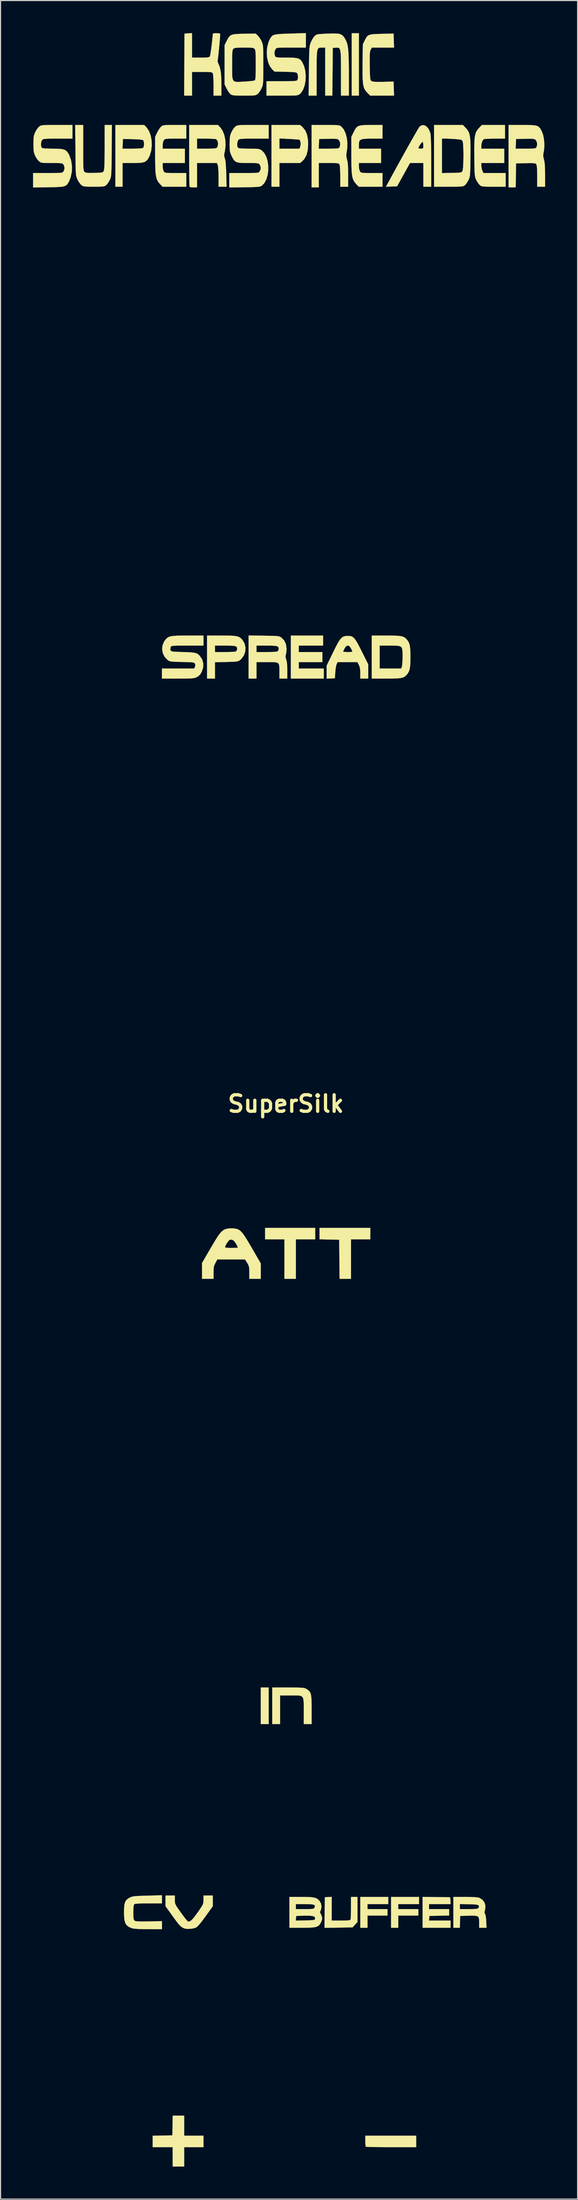
<source format=kicad_pcb>
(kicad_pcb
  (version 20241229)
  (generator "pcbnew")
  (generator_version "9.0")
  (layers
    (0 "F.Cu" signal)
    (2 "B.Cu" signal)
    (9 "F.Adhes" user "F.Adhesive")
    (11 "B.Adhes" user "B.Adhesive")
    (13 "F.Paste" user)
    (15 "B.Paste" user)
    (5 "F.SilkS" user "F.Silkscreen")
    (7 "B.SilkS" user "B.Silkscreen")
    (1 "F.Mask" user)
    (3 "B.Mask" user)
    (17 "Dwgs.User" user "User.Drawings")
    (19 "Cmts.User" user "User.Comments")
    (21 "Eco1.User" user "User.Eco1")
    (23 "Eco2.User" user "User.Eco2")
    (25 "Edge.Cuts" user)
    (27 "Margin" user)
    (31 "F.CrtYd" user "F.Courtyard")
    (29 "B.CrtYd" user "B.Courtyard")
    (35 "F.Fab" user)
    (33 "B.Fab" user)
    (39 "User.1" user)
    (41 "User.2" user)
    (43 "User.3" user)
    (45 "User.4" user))
  (footprint "SuperSilk"
    (layer "F.Cu")
    (at 23.354 98.77)
    (property "Reference" "SuperSilk" (at 0 0 0) (layer "F.SilkS") (effects (font (size 1.524 1.524) (thickness 0.3))))
    (attr through_hole)
    (fp_poly (pts (xy -1.587 57.216) (xy -2.315 57.216) (xy -2.315 53.843) (xy -1.587 53.843) (xy -1.587 57.216)) (stroke (width 0.01) (type solid)) (fill yes) (layer "F.SilkS"))
    (fp_poly (pts (xy 6.747 -93.001) (xy 6.085 -93.001) (xy 6.085 -98.756) (xy 6.747 -98.756) (xy 6.747 -93.001)) (stroke (width 0.01) (type solid)) (fill yes) (layer "F.SilkS"))
    (fp_poly (pts (xy 2.712 12.502) (xy 0.926 12.502) (xy 0.926 16.14) (xy -0.132 16.14) (xy -0.132 12.502) (xy -1.918 12.502) (xy -1.918 11.443) (xy 2.712 11.443) (xy 2.712 12.502)) (stroke (width 0.01) (type solid)) (fill yes) (layer "F.SilkS"))
    (fp_poly (pts (xy 7.805 12.502) (xy 6.019 12.502) (xy 6.019 16.14) (xy 4.963 16.14) (xy 4.945 14.337) (xy 4.928 12.535) (xy 3.109 12.498) (xy 3.109 11.443) (xy 7.805 11.443) (xy 7.805 12.502)) (stroke (width 0.01) (type solid)) (fill yes) (layer "F.SilkS"))
    (fp_poly (pts (xy 9.459 73.819) (xy 7.541 73.819) (xy 7.541 74.282) (xy 9.393 74.282) (xy 9.393 74.877) (xy 7.541 74.877) (xy 7.541 76.002) (xy 6.879 76.002) (xy 6.879 73.157) (xy 9.459 73.157) (xy 9.459 73.819)) (stroke (width 0.01) (type solid)) (fill yes) (layer "F.SilkS"))
    (fp_poly (pts (xy 12.303 73.819) (xy 10.385 73.819) (xy 10.385 74.282) (xy 12.237 74.282) (xy 12.237 74.877) (xy 10.385 74.877) (xy 10.385 76.002) (xy 9.723 76.002) (xy 9.723 73.157) (xy 12.303 73.157) (xy 12.303 73.819)) (stroke (width 0.01) (type solid)) (fill yes) (layer "F.SilkS"))
    (fp_poly (pts (xy 3.44 -42.267) (xy 1.191 -42.267) (xy 1.191 -41.672) (xy 3.373 -41.672) (xy 3.373 -40.746) (xy 1.191 -40.746) (xy 1.191 -40.151) (xy 3.506 -40.151) (xy 3.506 -39.224) (xy 0.463 -39.224) (xy 0.463 -43.193) (xy 3.44 -43.193) (xy 3.44 -42.267)) (stroke (width 0.01) (type solid)) (fill yes) (layer "F.SilkS"))
    (fp_poly (pts (xy -9.393 95.184) (xy -7.607 95.184) (xy -7.607 96.242) (xy -9.393 96.242) (xy -9.393 98.028) (xy -10.451 98.028) (xy -10.451 96.242) (xy -12.303 96.242) (xy -12.303 95.188) (xy -10.484 95.151) (xy -10.466 94.241) (xy -10.447 93.332) (xy -9.393 93.332) (xy -9.393 95.184)) (stroke (width 0.01) (type solid)) (fill yes) (layer "F.SilkS"))
    (fp_poly (pts (xy 12.039 96.242) (xy 9.734 96.242) (xy 9.195 96.241) (xy 8.698 96.237) (xy 8.258 96.232) (xy 7.892 96.225) (xy 7.614 96.216) (xy 7.441 96.207) (xy 7.386 96.198) (xy 7.365 96.115) (xy 7.349 95.936) (xy 7.342 95.698) (xy 7.342 95.669) (xy 7.342 95.184) (xy 12.039 95.184) (xy 12.039 96.242)) (stroke (width 0.01) (type solid)) (fill yes) (layer "F.SilkS"))
    (fp_poly (pts (xy 13.907 73.172) (xy 15.18 73.19) (xy 15.221 73.819) (xy 13.229 73.819) (xy 13.229 74.282) (xy 15.081 74.282) (xy 15.081 74.873) (xy 14.172 74.892) (xy 13.262 74.91) (xy 13.242 75.125) (xy 13.221 75.34) (xy 15.214 75.34) (xy 15.214 76.002) (xy 12.634 76.002) (xy 12.634 73.154) (xy 13.907 73.172)) (stroke (width 0.01) (type solid)) (fill yes) (layer "F.SilkS"))
    (fp_poly (pts (xy 4.233 75.34) (xy 5.086 75.34) (xy 5.445 75.338) (xy 5.692 75.329) (xy 5.849 75.312) (xy 5.937 75.283) (xy 5.977 75.241) (xy 5.979 75.235) (xy 5.993 75.135) (xy 6.005 74.928) (xy 6.014 74.642) (xy 6.019 74.302) (xy 6.019 74.144) (xy 6.019 73.157) (xy 6.615 73.157) (xy 6.615 75.474) (xy 6.388 75.721) (xy 6.162 75.968) (xy 4.866 75.989) (xy 3.569 76.009) (xy 3.587 74.6) (xy 3.605 73.19) (xy 3.919 73.17) (xy 4.233 73.15) (xy 4.233 75.34)) (stroke (width 0.01) (type solid)) (fill yes) (layer "F.SilkS"))
    (fp_poly (pts (xy 1.549 -90.087) (xy 1.797 -89.783) (xy 1.964 -89.377) (xy 2.049 -88.868) (xy 2.062 -88.536) (xy 2.022 -87.969) (xy 1.901 -87.505) (xy 1.698 -87.144) (xy 1.549 -86.986) (xy 1.318 -86.783) (xy -0.595 -86.783) (xy -0.595 -84.601) (xy -1.323 -84.601) (xy -1.323 -88.106) (xy -0.595 -88.106) (xy 1.26 -88.106) (xy 1.329 -88.287) (xy 1.362 -88.458) (xy 1.359 -88.658) (xy 1.325 -88.833) (xy 1.268 -88.926) (xy 1.186 -88.941) (xy 0.999 -88.959) (xy 0.73 -88.98) (xy 0.407 -88.999) (xy 0.311 -89.005) (xy -0.595 -89.052) (xy -0.595 -88.106) (xy -1.323 -88.106) (xy -1.323 -90.289) (xy 1.318 -90.289) (xy 1.549 -90.087)) (stroke (width 0.01) (type solid)) (fill yes) (layer "F.SilkS"))
    (fp_poly (pts (xy 0.215 53.843) (xy 0.698 53.844) (xy 1.068 53.847) (xy 1.343 53.855) (xy 1.542 53.868) (xy 1.684 53.888) (xy 1.786 53.917) (xy 1.869 53.955) (xy 1.902 53.975) (xy 2.053 54.075) (xy 2.168 54.18) (xy 2.253 54.309) (xy 2.312 54.481) (xy 2.349 54.713) (xy 2.37 55.025) (xy 2.379 55.435) (xy 2.381 55.877) (xy 2.381 57.216) (xy 1.654 57.216) (xy 1.654 56.04) (xy 1.655 55.563) (xy 1.649 55.201) (xy 1.624 54.94) (xy 1.566 54.762) (xy 1.462 54.653) (xy 1.3 54.594) (xy 1.065 54.572) (xy 0.746 54.569) (xy 0.459 54.57) (xy -0.529 54.57) (xy -0.529 57.216) (xy -1.257 57.216) (xy -1.257 53.843) (xy 0.215 53.843)) (stroke (width 0.01) (type solid)) (fill yes) (layer "F.SilkS"))
    (fp_poly (pts (xy -12.864 -90.061) (xy -12.644 -89.74) (xy -12.489 -89.335) (xy -12.402 -88.875) (xy -12.385 -88.392) (xy -12.44 -87.917) (xy -12.568 -87.481) (xy -12.675 -87.263) (xy -12.787 -87.09) (xy -12.908 -86.964) (xy -13.06 -86.877) (xy -13.266 -86.824) (xy -13.547 -86.795) (xy -13.928 -86.784) (xy -14.152 -86.783) (xy -15.081 -86.783) (xy -15.081 -84.601) (xy -15.743 -84.601) (xy -15.743 -88.106) (xy -15.087 -88.106) (xy -14.171 -88.106) (xy -13.736 -88.112) (xy -13.427 -88.128) (xy -13.239 -88.157) (xy -13.176 -88.186) (xy -13.12 -88.311) (xy -13.099 -88.503) (xy -13.112 -88.704) (xy -13.158 -88.856) (xy -13.186 -88.892) (xy -13.289 -88.924) (xy -13.505 -88.951) (xy -13.814 -88.971) (xy -14.162 -88.982) (xy -15.048 -88.999) (xy -15.068 -88.553) (xy -15.087 -88.106) (xy -15.743 -88.106) (xy -15.743 -90.289) (xy -13.079 -90.289) (xy -12.864 -90.061)) (stroke (width 0.01) (type solid)) (fill yes) (layer "F.SilkS"))
    (fp_poly (pts (xy -5.441 -43.191) (xy -5.044 -43.181) (xy -4.741 -43.16) (xy -4.514 -43.124) (xy -4.343 -43.07) (xy -4.209 -42.992) (xy -4.094 -42.889) (xy -4.017 -42.802) (xy -3.816 -42.468) (xy -3.727 -42.097) (xy -3.749 -41.719) (xy -3.877 -41.359) (xy -4.107 -41.045) (xy -4.254 -40.917) (xy -4.337 -40.864) (xy -4.436 -40.826) (xy -4.574 -40.799) (xy -4.774 -40.781) (xy -5.058 -40.768) (xy -5.449 -40.759) (xy -5.495 -40.758) (xy -6.548 -40.737) (xy -6.548 -39.224) (xy -7.276 -39.224) (xy -7.276 -42.267) (xy -6.548 -42.267) (xy -6.548 -41.672) (xy -5.603 -41.672) (xy -5.162 -41.677) (xy -4.847 -41.693) (xy -4.652 -41.72) (xy -4.577 -41.751) (xy -4.511 -41.88) (xy -4.498 -41.97) (xy -4.509 -42.079) (xy -4.556 -42.159) (xy -4.656 -42.212) (xy -4.827 -42.245) (xy -5.089 -42.261) (xy -5.458 -42.267) (xy -5.603 -42.267) (xy -6.548 -42.267) (xy -7.276 -42.267) (xy -7.276 -43.193) (xy -5.951 -43.193) (xy -5.441 -43.191)) (stroke (width 0.01) (type solid)) (fill yes) (layer "F.SilkS"))
    (fp_poly (pts (xy 9.993 -97.433) (xy 7.941 -97.433) (xy 7.836 -97.23) (xy 7.799 -97.138) (xy 7.773 -97.014) (xy 7.756 -96.838) (xy 7.747 -96.591) (xy 7.746 -96.254) (xy 7.751 -95.807) (xy 7.752 -95.736) (xy 7.76 -95.29) (xy 7.769 -94.958) (xy 7.781 -94.721) (xy 7.798 -94.56) (xy 7.822 -94.457) (xy 7.855 -94.394) (xy 7.9 -94.351) (xy 7.904 -94.348) (xy 7.986 -94.308) (xy 8.117 -94.283) (xy 8.318 -94.269) (xy 8.61 -94.265) (xy 8.996 -94.271) (xy 9.955 -94.291) (xy 9.993 -93.001) (xy 7.79 -93.001) (xy 7.539 -93.252) (xy 7.409 -93.393) (xy 7.305 -93.54) (xy 7.225 -93.708) (xy 7.166 -93.913) (xy 7.125 -94.173) (xy 7.1 -94.502) (xy 7.087 -94.917) (xy 7.085 -95.433) (xy 7.09 -95.992) (xy 7.111 -97.73) (xy 7.294 -98.104) (xy 7.394 -98.298) (xy 7.489 -98.442) (xy 7.602 -98.544) (xy 7.752 -98.612) (xy 7.962 -98.654) (xy 8.252 -98.678) (xy 8.643 -98.692) (xy 8.865 -98.698) (xy 9.955 -98.723) (xy 9.993 -97.433)) (stroke (width 0.01) (type solid)) (fill yes) (layer "F.SilkS"))
    (fp_poly (pts (xy 8.93 -89.032) (xy 7.971 -89.032) (xy 7.54 -89.028) (xy 7.224 -89.011) (xy 7.005 -88.972) (xy 6.865 -88.902) (xy 6.787 -88.794) (xy 6.754 -88.637) (xy 6.747 -88.437) (xy 6.747 -88.106) (xy 8.797 -88.106) (xy 8.797 -86.783) (xy 6.747 -86.783) (xy 6.747 -86.467) (xy 6.769 -86.235) (xy 6.827 -86.045) (xy 6.85 -86.004) (xy 6.896 -85.948) (xy 6.956 -85.908) (xy 7.053 -85.882) (xy 7.207 -85.867) (xy 7.442 -85.859) (xy 7.778 -85.857) (xy 7.941 -85.857) (xy 8.93 -85.857) (xy 8.93 -84.601) (xy 6.729 -84.601) (xy 6.512 -84.831) (xy 6.384 -84.978) (xy 6.282 -85.13) (xy 6.202 -85.303) (xy 6.144 -85.513) (xy 6.102 -85.777) (xy 6.075 -86.112) (xy 6.06 -86.535) (xy 6.053 -87.063) (xy 6.052 -87.479) (xy 6.052 -89.201) (xy 6.272 -89.646) (xy 6.386 -89.866) (xy 6.494 -90.029) (xy 6.619 -90.144) (xy 6.782 -90.219) (xy 7.004 -90.262) (xy 7.306 -90.283) (xy 7.711 -90.289) (xy 7.901 -90.289) (xy 8.93 -90.289) (xy 8.93 -89.032)) (stroke (width 0.01) (type solid)) (fill yes) (layer "F.SilkS"))
    (fp_poly (pts (xy -11.443 73.753) (xy -12.687 73.753) (xy -13.181 73.756) (xy -13.551 73.766) (xy -13.808 73.783) (xy -13.96 73.808) (xy -14.01 73.832) (xy -14.052 73.946) (xy -14.078 74.182) (xy -14.089 74.532) (xy -14.089 74.585) (xy -14.085 74.906) (xy -14.071 75.121) (xy -14.042 75.255) (xy -13.996 75.334) (xy -13.979 75.349) (xy -13.911 75.382) (xy -13.788 75.405) (xy -13.594 75.418) (xy -13.31 75.423) (xy -12.921 75.421) (xy -12.657 75.416) (xy -11.443 75.394) (xy -11.443 76.134) (xy -12.717 76.131) (xy -13.248 76.126) (xy -13.659 76.113) (xy -13.962 76.091) (xy -14.168 76.059) (xy -14.242 76.038) (xy -14.502 75.924) (xy -14.692 75.78) (xy -14.821 75.587) (xy -14.901 75.322) (xy -14.94 74.966) (xy -14.949 74.566) (xy -14.939 74.147) (xy -14.906 73.835) (xy -14.838 73.607) (xy -14.726 73.438) (xy -14.561 73.304) (xy -14.411 73.219) (xy -14.304 73.17) (xy -14.185 73.132) (xy -14.035 73.104) (xy -13.832 73.083) (xy -13.556 73.067) (xy -13.186 73.053) (xy -12.788 73.041) (xy -11.443 73.005) (xy -11.443 73.753)) (stroke (width 0.01) (type solid)) (fill yes) (layer "F.SilkS"))
    (fp_poly (pts (xy -10.253 73.427) (xy -10.25 73.587) (xy -10.236 73.717) (xy -10.197 73.842) (xy -10.123 73.986) (xy -10.001 74.175) (xy -9.82 74.432) (xy -9.692 74.61) (xy -9.487 74.89) (xy -9.303 75.131) (xy -9.157 75.311) (xy -9.065 75.41) (xy -9.047 75.423) (xy -8.935 75.435) (xy -8.81 75.381) (xy -8.659 75.249) (xy -8.469 75.028) (xy -8.23 74.708) (xy -8.145 74.588) (xy -7.932 74.284) (xy -7.785 74.064) (xy -7.69 73.899) (xy -7.637 73.767) (xy -7.613 73.639) (xy -7.607 73.493) (xy -7.607 73.425) (xy -7.607 73.025) (xy -6.747 73.025) (xy -6.747 74.015) (xy -7.413 74.943) (xy -7.694 75.323) (xy -7.935 75.628) (xy -8.129 75.846) (xy -8.263 75.965) (xy -8.28 75.975) (xy -8.509 76.053) (xy -8.799 76.1) (xy -9.091 76.11) (xy -9.324 76.077) (xy -9.33 76.075) (xy -9.479 76.019) (xy -9.611 75.946) (xy -9.742 75.84) (xy -9.889 75.683) (xy -10.067 75.46) (xy -10.295 75.153) (xy -10.447 74.942) (xy -11.113 74.015) (xy -11.113 73.025) (xy -10.253 73.025) (xy -10.253 73.427)) (stroke (width 0.01) (type solid)) (fill yes) (layer "F.SilkS"))
    (fp_poly (pts (xy 9.773 -43.191) (xy 10.17 -43.181) (xy 10.472 -43.16) (xy 10.7 -43.124) (xy 10.871 -43.07) (xy 11.004 -42.993) (xy 11.12 -42.889) (xy 11.196 -42.803) (xy 11.313 -42.64) (xy 11.398 -42.456) (xy 11.456 -42.227) (xy 11.49 -41.929) (xy 11.506 -41.54) (xy 11.509 -41.209) (xy 11.503 -40.743) (xy 11.481 -40.385) (xy 11.44 -40.112) (xy 11.374 -39.9) (xy 11.28 -39.725) (xy 11.196 -39.614) (xy 11.082 -39.491) (xy 10.963 -39.397) (xy 10.818 -39.327) (xy 10.631 -39.279) (xy 10.38 -39.249) (xy 10.048 -39.232) (xy 9.615 -39.225) (xy 9.263 -39.224) (xy 7.937 -39.224) (xy 7.937 -42.267) (xy 8.665 -42.267) (xy 8.665 -40.151) (xy 10.653 -40.151) (xy 10.717 -40.32) (xy 10.744 -40.454) (xy 10.765 -40.686) (xy 10.778 -40.979) (xy 10.782 -41.232) (xy 10.781 -41.603) (xy 10.765 -41.874) (xy 10.717 -42.059) (xy 10.618 -42.174) (xy 10.451 -42.237) (xy 10.196 -42.262) (xy 9.836 -42.267) (xy 9.62 -42.267) (xy 8.665 -42.267) (xy 7.937 -42.267) (xy 7.937 -43.193) (xy 9.263 -43.193) (xy 9.773 -43.191)) (stroke (width 0.01) (type solid)) (fill yes) (layer "F.SilkS"))
    (fp_poly (pts (xy 12.952 -90.187) (xy 13.137 -90.003) (xy 13.283 -89.736) (xy 13.355 -89.497) (xy 13.376 -89.328) (xy 13.394 -89.037) (xy 13.408 -88.636) (xy 13.419 -88.134) (xy 13.425 -87.544) (xy 13.428 -86.879) (xy 13.428 -84.601) (xy 12.7 -84.601) (xy 12.7 -86.783) (xy 11.469 -86.783) (xy 10.274 -84.634) (xy 9.761 -84.614) (xy 9.247 -84.595) (xy 9.437 -84.945) (xy 9.768 -85.553) (xy 10.105 -86.167) (xy 10.441 -86.777) (xy 10.769 -87.37) (xy 11.084 -87.935) (xy 11.205 -88.15) (xy 12.237 -88.15) (xy 12.295 -88.121) (xy 12.438 -88.107) (xy 12.468 -88.106) (xy 12.611 -88.113) (xy 12.679 -88.157) (xy 12.699 -88.274) (xy 12.7 -88.4) (xy 12.687 -88.586) (xy 12.655 -88.711) (xy 12.638 -88.732) (xy 12.579 -88.7) (xy 12.484 -88.589) (xy 12.378 -88.439) (xy 12.288 -88.286) (xy 12.239 -88.17) (xy 12.237 -88.15) (xy 11.205 -88.15) (xy 11.379 -88.46) (xy 11.647 -88.935) (xy 11.881 -89.346) (xy 12.076 -89.684) (xy 12.224 -89.935) (xy 12.32 -90.089) (xy 12.35 -90.13) (xy 12.541 -90.261) (xy 12.747 -90.277) (xy 12.952 -90.187)) (stroke (width 0.01) (type solid)) (fill yes) (layer "F.SilkS"))
    (fp_poly (pts (xy 16.954 73.162) (xy 17.304 73.173) (xy 17.588 73.191) (xy 17.78 73.214) (xy 17.839 73.228) (xy 18.14 73.404) (xy 18.342 73.658) (xy 18.434 73.967) (xy 18.406 74.314) (xy 18.393 74.359) (xy 18.349 74.55) (xy 18.363 74.669) (xy 18.397 74.722) (xy 18.44 74.835) (xy 18.477 75.046) (xy 18.504 75.322) (xy 18.509 75.412) (xy 18.537 76.002) (xy 17.859 76.002) (xy 17.859 75.508) (xy 17.855 75.263) (xy 17.827 75.091) (xy 17.758 74.979) (xy 17.627 74.916) (xy 17.415 74.889) (xy 17.103 74.886) (xy 16.851 74.891) (xy 16.107 74.91) (xy 16.087 75.456) (xy 16.068 76.002) (xy 15.478 76.002) (xy 15.478 74.282) (xy 16.073 74.282) (xy 16.892 74.282) (xy 17.25 74.279) (xy 17.499 74.268) (xy 17.66 74.247) (xy 17.755 74.213) (xy 17.798 74.177) (xy 17.849 74.05) (xy 17.815 73.962) (xy 17.765 73.915) (xy 17.67 73.881) (xy 17.508 73.858) (xy 17.256 73.843) (xy 16.91 73.833) (xy 16.073 73.815) (xy 16.073 74.282) (xy 15.478 74.282) (xy 15.478 73.157) (xy 16.565 73.157) (xy 16.954 73.162)) (stroke (width 0.01) (type solid)) (fill yes) (layer "F.SilkS"))
    (fp_poly (pts (xy 20.241 -89.032) (xy 19.298 -89.031) (xy 18.954 -89.028) (xy 18.656 -89.018) (xy 18.43 -89.005) (xy 18.3 -88.988) (xy 18.283 -88.982) (xy 18.154 -88.826) (xy 18.076 -88.581) (xy 18.058 -88.375) (xy 18.058 -88.106) (xy 20.174 -88.106) (xy 20.174 -86.783) (xy 18.058 -86.783) (xy 18.058 -86.515) (xy 18.084 -86.286) (xy 18.148 -86.076) (xy 18.159 -86.052) (xy 18.26 -85.857) (xy 20.307 -85.857) (xy 20.307 -84.601) (xy 19.192 -84.601) (xy 18.784 -84.601) (xy 18.486 -84.605) (xy 18.277 -84.614) (xy 18.135 -84.633) (xy 18.039 -84.662) (xy 17.967 -84.706) (xy 17.898 -84.766) (xy 17.762 -84.928) (xy 17.625 -85.146) (xy 17.574 -85.246) (xy 17.53 -85.349) (xy 17.496 -85.455) (xy 17.469 -85.583) (xy 17.45 -85.75) (xy 17.436 -85.974) (xy 17.425 -86.272) (xy 17.417 -86.663) (xy 17.41 -87.165) (xy 17.409 -87.303) (xy 17.404 -87.918) (xy 17.407 -88.418) (xy 17.421 -88.819) (xy 17.449 -89.137) (xy 17.493 -89.388) (xy 17.555 -89.59) (xy 17.64 -89.758) (xy 17.749 -89.909) (xy 17.861 -90.035) (xy 18.103 -90.289) (xy 20.241 -90.289) (xy 20.241 -89.032)) (stroke (width 0.01) (type solid)) (fill yes) (layer "F.SilkS"))
    (fp_poly (pts (xy -9.194 -89.032) (xy -10.183 -89.032) (xy -10.565 -89.031) (xy -10.836 -89.027) (xy -11.019 -89.015) (xy -11.136 -88.993) (xy -11.207 -88.959) (xy -11.256 -88.91) (xy -11.274 -88.885) (xy -11.339 -88.723) (xy -11.375 -88.497) (xy -11.377 -88.422) (xy -11.377 -88.106) (xy -9.327 -88.106) (xy -9.327 -86.783) (xy -11.377 -86.783) (xy -11.377 -86.467) (xy -11.355 -86.235) (xy -11.297 -86.045) (xy -11.274 -86.004) (xy -11.228 -85.948) (xy -11.168 -85.908) (xy -11.071 -85.882) (xy -10.917 -85.867) (xy -10.682 -85.859) (xy -10.346 -85.857) (xy -10.183 -85.857) (xy -9.194 -85.857) (xy -9.194 -84.601) (xy -11.395 -84.601) (xy -11.612 -84.831) (xy -11.74 -84.978) (xy -11.842 -85.13) (xy -11.922 -85.303) (xy -11.98 -85.513) (xy -12.022 -85.778) (xy -12.049 -86.113) (xy -12.064 -86.536) (xy -12.071 -87.064) (xy -12.072 -87.478) (xy -12.072 -89.198) (xy -11.894 -89.578) (xy -11.768 -89.811) (xy -11.628 -90.018) (xy -11.537 -90.123) (xy -11.466 -90.185) (xy -11.393 -90.229) (xy -11.295 -90.258) (xy -11.15 -90.276) (xy -10.937 -90.285) (xy -10.632 -90.289) (xy -10.276 -90.289) (xy -9.194 -90.289) (xy -9.194 -89.032)) (stroke (width 0.01) (type solid)) (fill yes) (layer "F.SilkS"))
    (fp_poly (pts (xy 5.907 -43.152) (xy 6.061 -43.12) (xy 6.198 -43.05) (xy 6.33 -42.928) (xy 6.47 -42.739) (xy 6.629 -42.47) (xy 6.822 -42.106) (xy 7.014 -41.726) (xy 7.607 -40.541) (xy 7.607 -39.224) (xy 6.879 -39.224) (xy 6.879 -39.723) (xy 6.865 -40.058) (xy 6.817 -40.308) (xy 6.746 -40.484) (xy 6.612 -40.746) (xy 4.784 -40.746) (xy 4.693 -40.564) (xy 4.646 -40.413) (xy 4.603 -40.175) (xy 4.572 -39.895) (xy 4.566 -39.82) (xy 4.531 -39.258) (xy 4.151 -39.238) (xy 3.77 -39.218) (xy 3.77 -40.422) (xy 4.36 -41.634) (xy 4.396 -41.708) (xy 5.292 -41.708) (xy 5.352 -41.689) (xy 5.51 -41.677) (xy 5.722 -41.672) (xy 5.941 -41.677) (xy 6.095 -41.69) (xy 6.152 -41.708) (xy 6.124 -41.783) (xy 6.055 -41.932) (xy 6.018 -42.005) (xy 5.905 -42.183) (xy 5.789 -42.259) (xy 5.722 -42.267) (xy 5.593 -42.232) (xy 5.482 -42.107) (xy 5.425 -42.005) (xy 5.344 -41.839) (xy 5.297 -41.728) (xy 5.292 -41.708) (xy 4.396 -41.708) (xy 4.592 -42.104) (xy 4.784 -42.468) (xy 4.946 -42.738) (xy 5.092 -42.928) (xy 5.233 -43.051) (xy 5.381 -43.122) (xy 5.549 -43.153) (xy 5.722 -43.16) (xy 5.907 -43.152)) (stroke (width 0.01) (type solid)) (fill yes) (layer "F.SilkS"))
    (fp_poly (pts (xy -2.034 -43.18) (xy -1.567 -43.173) (xy -1.212 -43.165) (xy -0.952 -43.154) (xy -0.766 -43.138) (xy -0.635 -43.115) (xy -0.54 -43.083) (xy -0.462 -43.04) (xy -0.412 -43.006) (xy -0.155 -42.744) (xy 0.007 -42.4) (xy 0.066 -41.994) (xy 0.066 -41.976) (xy 0.053 -41.734) (xy 0.021 -41.518) (xy -0.003 -41.433) (xy -0.036 -41.259) (xy 0.007 -41.06) (xy 0.03 -40.998) (xy 0.086 -40.79) (xy 0.119 -40.489) (xy 0.132 -40.077) (xy 0.132 -39.984) (xy 0.132 -39.224) (xy -0.595 -39.224) (xy -0.595 -39.857) (xy -0.596 -40.181) (xy -0.609 -40.414) (xy -0.653 -40.573) (xy -0.747 -40.671) (xy -0.909 -40.723) (xy -1.157 -40.743) (xy -1.511 -40.746) (xy -1.722 -40.746) (xy -2.712 -40.746) (xy -2.712 -39.224) (xy -3.44 -39.224) (xy -3.44 -42.267) (xy -2.712 -42.267) (xy -2.712 -41.672) (xy -1.766 -41.672) (xy -1.325 -41.677) (xy -1.01 -41.693) (xy -0.816 -41.72) (xy -0.741 -41.751) (xy -0.675 -41.88) (xy -0.661 -41.97) (xy -0.673 -42.079) (xy -0.719 -42.159) (xy -0.819 -42.212) (xy -0.991 -42.245) (xy -1.252 -42.261) (xy -1.622 -42.267) (xy -1.766 -42.267) (xy -2.712 -42.267) (xy -3.44 -42.267) (xy -3.44 -43.201) (xy -2.034 -43.18)) (stroke (width 0.01) (type solid)) (fill yes) (layer "F.SilkS"))
    (fp_poly (pts (xy -6.051 -90.061) (xy -5.838 -89.751) (xy -5.683 -89.353) (xy -5.591 -88.897) (xy -5.568 -88.416) (xy -5.621 -87.944) (xy -5.637 -87.87) (xy -5.687 -87.628) (xy -5.697 -87.458) (xy -5.668 -87.306) (xy -5.634 -87.208) (xy -5.589 -87.022) (xy -5.553 -86.725) (xy -5.526 -86.309) (xy -5.506 -85.775) (xy -5.475 -84.601) (xy -6.218 -84.601) (xy -6.218 -85.523) (xy -6.224 -85.929) (xy -6.24 -86.262) (xy -6.266 -86.5) (xy -6.294 -86.615) (xy -6.371 -86.783) (xy -8.202 -86.783) (xy -8.202 -84.534) (xy -8.522 -84.534) (xy -8.718 -84.543) (xy -8.854 -84.564) (xy -8.886 -84.578) (xy -8.895 -84.652) (xy -8.904 -84.844) (xy -8.911 -85.14) (xy -8.918 -85.528) (xy -8.923 -85.992) (xy -8.927 -86.52) (xy -8.929 -87.097) (xy -8.93 -87.456) (xy -8.93 -88.106) (xy -8.202 -88.106) (xy -7.317 -88.106) (xy -6.911 -88.111) (xy -6.626 -88.125) (xy -6.449 -88.151) (xy -6.368 -88.188) (xy -6.368 -88.189) (xy -6.28 -88.383) (xy -6.264 -88.613) (xy -6.316 -88.828) (xy -6.431 -88.976) (xy -6.437 -88.98) (xy -6.53 -88.999) (xy -6.727 -89.015) (xy -7.001 -89.026) (xy -7.323 -89.031) (xy -7.359 -89.031) (xy -8.202 -89.032) (xy -8.202 -88.106) (xy -8.93 -88.106) (xy -8.93 -90.289) (xy -6.266 -90.289) (xy -6.051 -90.061)) (stroke (width 0.01) (type solid)) (fill yes) (layer "F.SilkS"))
    (fp_poly (pts (xy -8.665 -96.507) (xy -7.874 -96.507) (xy -7.536 -96.509) (xy -7.306 -96.516) (xy -7.161 -96.534) (xy -7.076 -96.565) (xy -7.027 -96.612) (xy -7.012 -96.638) (xy -6.987 -96.735) (xy -6.952 -96.935) (xy -6.911 -97.208) (xy -6.869 -97.527) (xy -6.827 -97.862) (xy -6.791 -98.184) (xy -6.764 -98.464) (xy -6.749 -98.675) (xy -6.748 -98.706) (xy -6.688 -98.735) (xy -6.535 -98.753) (xy -6.42 -98.756) (xy -6.226 -98.747) (xy -6.096 -98.723) (xy -6.067 -98.706) (xy -6.066 -98.629) (xy -6.077 -98.446) (xy -6.097 -98.182) (xy -6.124 -97.863) (xy -6.157 -97.515) (xy -6.191 -97.163) (xy -6.225 -96.832) (xy -6.257 -96.549) (xy -6.284 -96.338) (xy -6.303 -96.225) (xy -6.305 -96.218) (xy -6.295 -96.115) (xy -6.236 -95.953) (xy -6.217 -95.911) (xy -6.113 -95.655) (xy -6.038 -95.351) (xy -5.988 -94.978) (xy -5.961 -94.514) (xy -5.953 -93.99) (xy -5.953 -93.001) (xy -6.681 -93.001) (xy -6.681 -93.965) (xy -6.685 -94.325) (xy -6.698 -94.641) (xy -6.717 -94.886) (xy -6.741 -95.034) (xy -6.749 -95.056) (xy -6.787 -95.107) (xy -6.85 -95.142) (xy -6.96 -95.165) (xy -7.14 -95.177) (xy -7.411 -95.183) (xy -7.741 -95.184) (xy -8.665 -95.184) (xy -8.665 -93.001) (xy -9.394 -93.001) (xy -9.377 -95.862) (xy -9.36 -98.723) (xy -9.012 -98.743) (xy -8.665 -98.763) (xy -8.665 -96.507)) (stroke (width 0.01) (type solid)) (fill yes) (layer "F.SilkS"))
    (fp_poly (pts (xy -4.821 11.494) (xy -4.542 11.538) (xy -4.399 11.591) (xy -4.274 11.666) (xy -4.155 11.763) (xy -4.031 11.897) (xy -3.89 12.08) (xy -3.724 12.328) (xy -3.522 12.655) (xy -3.273 13.074) (xy -3.084 13.399) (xy -2.315 14.726) (xy -2.315 16.14) (xy -3.373 16.14) (xy -3.375 15.561) (xy -3.38 15.269) (xy -3.399 15.066) (xy -3.442 14.91) (xy -3.519 14.757) (xy -3.573 14.668) (xy -3.771 14.354) (xy -6.329 14.354) (xy -6.505 14.677) (xy -6.595 14.861) (xy -6.648 15.034) (xy -6.674 15.244) (xy -6.681 15.535) (xy -6.681 15.57) (xy -6.681 16.14) (xy -7.739 16.14) (xy -7.739 14.677) (xy -6.974 13.362) (xy -6.893 13.224) (xy -5.622 13.224) (xy -5.558 13.261) (xy -5.372 13.285) (xy -5.075 13.295) (xy -5.027 13.295) (xy -4.765 13.291) (xy -4.562 13.28) (xy -4.447 13.264) (xy -4.432 13.255) (xy -4.461 13.178) (xy -4.536 13.026) (xy -4.605 12.896) (xy -4.783 12.647) (xy -4.975 12.527) (xy -5.179 12.539) (xy -5.184 12.541) (xy -5.273 12.618) (xy -5.389 12.77) (xy -5.505 12.953) (xy -5.592 13.121) (xy -5.622 13.224) (xy -6.893 13.224) (xy -6.692 12.883) (xy -6.464 12.505) (xy -6.276 12.215) (xy -6.12 11.997) (xy -5.983 11.836) (xy -5.856 11.719) (xy -5.727 11.629) (xy -5.657 11.59) (xy -5.433 11.52) (xy -5.136 11.488) (xy -4.821 11.494)) (stroke (width 0.01) (type solid)) (fill yes) (layer "F.SilkS"))
    (fp_poly (pts (xy 4.109 -90.289) (xy 4.439 -90.286) (xy 4.677 -90.278) (xy 4.843 -90.264) (xy 4.956 -90.241) (xy 5.037 -90.206) (xy 5.106 -90.158) (xy 5.145 -90.125) (xy 5.355 -89.873) (xy 5.519 -89.522) (xy 5.63 -89.1) (xy 5.683 -88.635) (xy 5.673 -88.155) (xy 5.628 -87.843) (xy 5.587 -87.578) (xy 5.592 -87.367) (xy 5.643 -87.137) (xy 5.652 -87.104) (xy 5.698 -86.898) (xy 5.729 -86.623) (xy 5.747 -86.26) (xy 5.754 -85.788) (xy 5.755 -85.68) (xy 5.755 -84.601) (xy 5.027 -84.601) (xy 5.027 -85.564) (xy 5.022 -85.924) (xy 5.01 -86.24) (xy 4.991 -86.485) (xy 4.967 -86.633) (xy 4.959 -86.655) (xy 4.921 -86.706) (xy 4.858 -86.742) (xy 4.748 -86.764) (xy 4.568 -86.777) (xy 4.297 -86.782) (xy 3.966 -86.783) (xy 3.043 -86.783) (xy 3.043 -84.534) (xy 2.381 -84.534) (xy 2.381 -88.106) (xy 3.037 -88.106) (xy 3.963 -88.106) (xy 4.333 -88.108) (xy 4.592 -88.114) (xy 4.763 -88.127) (xy 4.867 -88.151) (xy 4.926 -88.188) (xy 4.959 -88.234) (xy 5.023 -88.463) (xy 5.001 -88.704) (xy 4.899 -88.896) (xy 4.893 -88.902) (xy 4.827 -88.958) (xy 4.743 -88.994) (xy 4.618 -89.015) (xy 4.425 -89.024) (xy 4.141 -89.022) (xy 3.917 -89.018) (xy 3.076 -88.999) (xy 3.056 -88.553) (xy 3.037 -88.106) (xy 2.381 -88.106) (xy 2.381 -90.289) (xy 3.666 -90.289) (xy 4.109 -90.289)) (stroke (width 0.01) (type solid)) (fill yes) (layer "F.SilkS"))
    (fp_poly (pts (xy 16.611 -90.023) (xy 16.74 -89.878) (xy 16.842 -89.73) (xy 16.921 -89.562) (xy 16.979 -89.36) (xy 17.019 -89.105) (xy 17.044 -88.783) (xy 17.056 -88.376) (xy 17.058 -87.868) (xy 17.053 -87.298) (xy 17.046 -86.769) (xy 17.039 -86.353) (xy 17.029 -86.035) (xy 17.016 -85.795) (xy 16.998 -85.617) (xy 16.973 -85.482) (xy 16.94 -85.372) (xy 16.899 -85.27) (xy 16.888 -85.246) (xy 16.765 -85.025) (xy 16.623 -84.829) (xy 16.564 -84.766) (xy 16.501 -84.71) (xy 16.436 -84.669) (xy 16.35 -84.639) (xy 16.224 -84.62) (xy 16.039 -84.608) (xy 15.776 -84.603) (xy 15.415 -84.601) (xy 15.039 -84.601) (xy 13.692 -84.601) (xy 13.692 -89.032) (xy 14.42 -89.032) (xy 14.42 -85.854) (xy 15.327 -85.872) (xy 15.69 -85.88) (xy 15.942 -85.89) (xy 16.108 -85.906) (xy 16.209 -85.933) (xy 16.268 -85.973) (xy 16.307 -86.033) (xy 16.319 -86.056) (xy 16.349 -86.183) (xy 16.373 -86.416) (xy 16.39 -86.727) (xy 16.401 -87.088) (xy 16.406 -87.473) (xy 16.403 -87.855) (xy 16.393 -88.206) (xy 16.377 -88.499) (xy 16.353 -88.707) (xy 16.332 -88.788) (xy 16.286 -88.865) (xy 16.215 -88.915) (xy 16.089 -88.949) (xy 15.88 -88.973) (xy 15.66 -88.99) (xy 15.345 -89.01) (xy 15.038 -89.024) (xy 14.792 -89.032) (xy 14.74 -89.032) (xy 14.42 -89.032) (xy 13.692 -89.032) (xy 13.692 -90.289) (xy 16.359 -90.289) (xy 16.611 -90.023)) (stroke (width 0.01) (type solid)) (fill yes) (layer "F.SilkS"))
    (fp_poly (pts (xy 22.334 -90.288) (xy 22.704 -90.279) (xy 22.98 -90.256) (xy 23.182 -90.212) (xy 23.331 -90.141) (xy 23.444 -90.036) (xy 23.543 -89.89) (xy 23.646 -89.697) (xy 23.659 -89.671) (xy 23.769 -89.364) (xy 23.843 -88.975) (xy 23.877 -88.548) (xy 23.868 -88.131) (xy 23.816 -87.791) (xy 23.774 -87.556) (xy 23.781 -87.353) (xy 23.841 -87.11) (xy 23.886 -86.906) (xy 23.918 -86.639) (xy 23.937 -86.289) (xy 23.944 -85.833) (xy 23.945 -85.68) (xy 23.945 -84.601) (xy 23.217 -84.601) (xy 23.217 -85.58) (xy 23.212 -86.028) (xy 23.197 -86.353) (xy 23.171 -86.565) (xy 23.134 -86.673) (xy 23.134 -86.674) (xy 23.085 -86.72) (xy 23.005 -86.751) (xy 22.87 -86.768) (xy 22.658 -86.775) (xy 22.347 -86.772) (xy 22.158 -86.769) (xy 21.266 -86.75) (xy 21.248 -85.642) (xy 21.23 -84.534) (xy 20.571 -84.534) (xy 20.571 -88.106) (xy 21.227 -88.106) (xy 22.154 -88.106) (xy 22.523 -88.108) (xy 22.783 -88.114) (xy 22.953 -88.127) (xy 23.057 -88.151) (xy 23.116 -88.188) (xy 23.149 -88.234) (xy 23.213 -88.463) (xy 23.191 -88.704) (xy 23.089 -88.896) (xy 23.083 -88.902) (xy 23.017 -88.958) (xy 22.933 -88.994) (xy 22.808 -89.015) (xy 22.615 -89.024) (xy 22.331 -89.022) (xy 22.107 -89.018) (xy 21.266 -88.999) (xy 21.246 -88.553) (xy 21.227 -88.106) (xy 20.571 -88.106) (xy 20.571 -90.289) (xy 21.852 -90.289) (xy 22.334 -90.288)) (stroke (width 0.01) (type solid)) (fill yes) (layer "F.SilkS"))
    (fp_poly (pts (xy 1.896 73.161) (xy 2.257 73.175) (xy 2.529 73.205) (xy 2.732 73.254) (xy 2.889 73.326) (xy 3.02 73.428) (xy 3.098 73.506) (xy 3.24 73.75) (xy 3.293 74.041) (xy 3.247 74.327) (xy 3.216 74.4) (xy 3.156 74.557) (xy 3.171 74.643) (xy 3.173 74.645) (xy 3.232 74.729) (xy 3.298 74.889) (xy 3.314 74.94) (xy 3.354 75.116) (xy 3.341 75.264) (xy 3.268 75.45) (xy 3.247 75.493) (xy 3.157 75.658) (xy 3.057 75.784) (xy 2.927 75.874) (xy 2.749 75.936) (xy 2.503 75.974) (xy 2.171 75.994) (xy 1.735 76.001) (xy 1.495 76.002) (xy 0.331 76.002) (xy 0.331 75.344) (xy 0.917 75.344) (xy 1.798 75.326) (xy 2.154 75.317) (xy 2.399 75.307) (xy 2.555 75.29) (xy 2.642 75.264) (xy 2.683 75.225) (xy 2.699 75.168) (xy 2.699 75.163) (xy 2.69 75.048) (xy 2.612 74.967) (xy 2.452 74.916) (xy 2.195 74.892) (xy 1.825 74.889) (xy 1.704 74.891) (xy 0.959 74.91) (xy 0.917 75.344) (xy 0.331 75.344) (xy 0.331 73.819) (xy 0.926 73.819) (xy 0.926 74.282) (xy 1.751 74.282) (xy 2.096 74.28) (xy 2.332 74.273) (xy 2.483 74.257) (xy 2.573 74.229) (xy 2.624 74.184) (xy 2.648 74.145) (xy 2.694 74.024) (xy 2.674 73.935) (xy 2.574 73.876) (xy 2.38 73.84) (xy 2.079 73.822) (xy 1.745 73.819) (xy 0.926 73.819) (xy 0.331 73.819) (xy 0.331 73.157) (xy 1.424 73.157) (xy 1.896 73.161)) (stroke (width 0.01) (type solid)) (fill yes) (layer "F.SilkS"))
    (fp_poly (pts (xy 4.65 -98.729) (xy 4.913 -98.699) (xy 5.11 -98.634) (xy 5.26 -98.53) (xy 5.387 -98.378) (xy 5.5 -98.191) (xy 5.582 -98.024) (xy 5.65 -97.84) (xy 5.704 -97.624) (xy 5.745 -97.361) (xy 5.776 -97.037) (xy 5.797 -96.637) (xy 5.811 -96.146) (xy 5.818 -95.55) (xy 5.82 -94.969) (xy 5.821 -93.001) (xy 5.093 -93.001) (xy 5.093 -95.07) (xy 5.093 -95.694) (xy 5.09 -96.198) (xy 5.081 -96.595) (xy 5.065 -96.897) (xy 5.039 -97.117) (xy 4.999 -97.268) (xy 4.944 -97.361) (xy 4.87 -97.41) (xy 4.776 -97.426) (xy 4.659 -97.423) (xy 4.607 -97.42) (xy 4.333 -97.4) (xy 4.315 -95.2) (xy 4.298 -93.001) (xy 3.638 -93.001) (xy 3.638 -97.433) (xy 3.344 -97.433) (xy 3.213 -97.431) (xy 3.107 -97.418) (xy 3.023 -97.38) (xy 2.96 -97.305) (xy 2.913 -97.179) (xy 2.881 -96.991) (xy 2.861 -96.727) (xy 2.85 -96.374) (xy 2.845 -95.921) (xy 2.844 -95.353) (xy 2.844 -95.07) (xy 2.844 -93.001) (xy 2.104 -93.001) (xy 2.131 -95.267) (xy 2.139 -95.877) (xy 2.146 -96.371) (xy 2.155 -96.763) (xy 2.165 -97.069) (xy 2.178 -97.304) (xy 2.196 -97.484) (xy 2.218 -97.624) (xy 2.246 -97.739) (xy 2.282 -97.845) (xy 2.307 -97.912) (xy 2.422 -98.154) (xy 2.558 -98.374) (xy 2.645 -98.481) (xy 2.722 -98.553) (xy 2.799 -98.605) (xy 2.9 -98.642) (xy 3.048 -98.667) (xy 3.267 -98.687) (xy 3.58 -98.704) (xy 3.836 -98.716) (xy 4.298 -98.733) (xy 4.65 -98.729)) (stroke (width 0.01) (type solid)) (fill yes) (layer "F.SilkS"))
    (fp_poly (pts (xy -18.719 -88.183) (xy -18.719 -87.597) (xy -18.717 -87.13) (xy -18.713 -86.766) (xy -18.706 -86.492) (xy -18.696 -86.293) (xy -18.681 -86.156) (xy -18.66 -86.065) (xy -18.633 -86.008) (xy -18.6 -85.968) (xy -18.596 -85.965) (xy -18.522 -85.916) (xy -18.414 -85.885) (xy -18.245 -85.87) (xy -17.99 -85.866) (xy -17.688 -85.872) (xy -17.355 -85.881) (xy -17.129 -85.893) (xy -16.987 -85.913) (xy -16.903 -85.947) (xy -16.852 -85.999) (xy -16.82 -86.056) (xy -16.795 -86.146) (xy -16.774 -86.31) (xy -16.758 -86.559) (xy -16.747 -86.903) (xy -16.74 -87.353) (xy -16.736 -87.92) (xy -16.736 -88.255) (xy -16.735 -90.289) (xy -16.067 -90.289) (xy -16.087 -87.924) (xy -16.092 -87.301) (xy -16.098 -86.794) (xy -16.105 -86.392) (xy -16.113 -86.077) (xy -16.125 -85.837) (xy -16.14 -85.656) (xy -16.159 -85.521) (xy -16.185 -85.415) (xy -16.216 -85.326) (xy -16.251 -85.246) (xy -16.374 -85.025) (xy -16.516 -84.829) (xy -16.575 -84.766) (xy -16.65 -84.702) (xy -16.727 -84.657) (xy -16.831 -84.628) (xy -16.986 -84.611) (xy -17.214 -84.603) (xy -17.541 -84.601) (xy -17.732 -84.601) (xy -18.112 -84.601) (xy -18.384 -84.607) (xy -18.572 -84.619) (xy -18.699 -84.643) (xy -18.791 -84.681) (xy -18.87 -84.736) (xy -18.904 -84.764) (xy -19.043 -84.92) (xy -19.186 -85.139) (xy -19.256 -85.277) (xy -19.298 -85.373) (xy -19.332 -85.465) (xy -19.359 -85.57) (xy -19.379 -85.702) (xy -19.395 -85.876) (xy -19.407 -86.107) (xy -19.416 -86.409) (xy -19.423 -86.797) (xy -19.429 -87.286) (xy -19.434 -87.892) (xy -19.435 -87.957) (xy -19.456 -90.289) (xy -18.719 -90.289) (xy -18.719 -88.183)) (stroke (width 0.01) (type solid)) (fill yes) (layer "F.SilkS"))
    (fp_poly (pts (xy -7.607 -42.267) (xy -9.097 -42.267) (xy -9.578 -42.267) (xy -9.943 -42.265) (xy -10.209 -42.26) (xy -10.392 -42.25) (xy -10.511 -42.233) (xy -10.58 -42.208) (xy -10.617 -42.174) (xy -10.639 -42.129) (xy -10.643 -42.118) (xy -10.668 -41.944) (xy -10.65 -41.837) (xy -10.624 -41.788) (xy -10.574 -41.752) (xy -10.48 -41.726) (xy -10.324 -41.707) (xy -10.086 -41.693) (xy -9.747 -41.68) (xy -9.485 -41.672) (xy -9.044 -41.657) (xy -8.713 -41.638) (xy -8.471 -41.61) (xy -8.294 -41.568) (xy -8.162 -41.508) (xy -8.051 -41.424) (xy -7.957 -41.33) (xy -7.733 -40.999) (xy -7.627 -40.625) (xy -7.643 -40.227) (xy -7.776 -39.837) (xy -7.92 -39.598) (xy -8.086 -39.441) (xy -8.227 -39.361) (xy -8.329 -39.316) (xy -8.438 -39.282) (xy -8.573 -39.258) (xy -8.755 -39.241) (xy -9.003 -39.231) (xy -9.336 -39.226) (xy -9.775 -39.225) (xy -9.976 -39.224) (xy -11.443 -39.224) (xy -11.443 -40.151) (xy -8.464 -40.151) (xy -8.392 -40.308) (xy -8.356 -40.489) (xy -8.394 -40.601) (xy -8.428 -40.651) (xy -8.483 -40.688) (xy -8.577 -40.713) (xy -8.732 -40.731) (xy -8.966 -40.743) (xy -9.3 -40.752) (xy -9.587 -40.758) (xy -10.003 -40.767) (xy -10.308 -40.778) (xy -10.526 -40.794) (xy -10.676 -40.818) (xy -10.782 -40.851) (xy -10.865 -40.897) (xy -10.893 -40.917) (xy -11.175 -41.202) (xy -11.355 -41.544) (xy -11.427 -41.917) (xy -11.39 -42.294) (xy -11.24 -42.651) (xy -11.13 -42.802) (xy -11.022 -42.921) (xy -10.909 -43.014) (xy -10.774 -43.082) (xy -10.599 -43.131) (xy -10.365 -43.163) (xy -10.055 -43.182) (xy -9.652 -43.191) (xy -9.136 -43.193) (xy -9.064 -43.193) (xy -7.607 -43.193) (xy -7.607 -42.267)) (stroke (width 0.01) (type solid)) (fill yes) (layer "F.SilkS"))
    (fp_poly (pts (xy 1.852 -97.433) (xy 0.5 -97.433) (xy 0.044 -97.432) (xy -0.297 -97.43) (xy -0.543 -97.423) (xy -0.71 -97.411) (xy -0.819 -97.39) (xy -0.886 -97.361) (xy -0.93 -97.319) (xy -0.955 -97.286) (xy -1.044 -97.06) (xy -1.045 -96.802) (xy -0.99 -96.635) (xy -0.953 -96.585) (xy -0.892 -96.549) (xy -0.784 -96.527) (xy -0.608 -96.514) (xy -0.343 -96.508) (xy 0.033 -96.507) (xy 0.039 -96.507) (xy 0.48 -96.502) (xy 0.81 -96.485) (xy 1.053 -96.447) (xy 1.229 -96.385) (xy 1.36 -96.29) (xy 1.469 -96.158) (xy 1.513 -96.09) (xy 1.688 -95.715) (xy 1.795 -95.283) (xy 1.836 -94.821) (xy 1.815 -94.359) (xy 1.732 -93.923) (xy 1.591 -93.542) (xy 1.391 -93.244) (xy 1.309 -93.165) (xy 1.243 -93.111) (xy 1.175 -93.071) (xy 1.088 -93.042) (xy 0.963 -93.022) (xy 0.781 -93.01) (xy 0.525 -93.004) (xy 0.174 -93.001) (xy -0.288 -93.001) (xy -0.336 -93.001) (xy -1.786 -93.001) (xy -1.786 -94.324) (xy -0.41 -94.324) (xy 0.107 -94.327) (xy 0.501 -94.335) (xy 0.782 -94.35) (xy 0.96 -94.372) (xy 1.043 -94.401) (xy 1.045 -94.403) (xy 1.104 -94.536) (xy 1.122 -94.733) (xy 1.098 -94.934) (xy 1.042 -95.069) (xy 0.989 -95.112) (xy 0.894 -95.143) (xy 0.736 -95.166) (xy 0.495 -95.181) (xy 0.152 -95.193) (xy -0.045 -95.197) (xy -1.05 -95.217) (xy -1.252 -95.411) (xy -1.478 -95.711) (xy -1.64 -96.099) (xy -1.736 -96.546) (xy -1.762 -97.022) (xy -1.716 -97.498) (xy -1.596 -97.944) (xy -1.504 -98.154) (xy -1.419 -98.313) (xy -1.334 -98.437) (xy -1.234 -98.529) (xy -1.098 -98.596) (xy -0.911 -98.643) (xy -0.654 -98.674) (xy -0.309 -98.696) (xy 0.142 -98.713) (xy 0.413 -98.721) (xy 1.852 -98.765) (xy 1.852 -97.433)) (stroke (width 0.01) (type solid)) (fill yes) (layer "F.SilkS"))
    (fp_poly (pts (xy -19.711 -89.032) (xy -21.057 -89.032) (xy -21.516 -89.031) (xy -21.861 -89.028) (xy -22.11 -89.019) (xy -22.281 -89.005) (xy -22.393 -88.983) (xy -22.464 -88.953) (xy -22.512 -88.912) (xy -22.512 -88.911) (xy -22.586 -88.761) (xy -22.619 -88.553) (xy -22.609 -88.346) (xy -22.553 -88.198) (xy -22.543 -88.186) (xy -22.443 -88.149) (xy -22.226 -88.123) (xy -21.887 -88.109) (xy -21.534 -88.106) (xy -21.093 -88.1) (xy -20.761 -88.077) (xy -20.516 -88.029) (xy -20.336 -87.945) (xy -20.197 -87.818) (xy -20.077 -87.639) (xy -20.012 -87.516) (xy -19.839 -87.043) (xy -19.759 -86.516) (xy -19.772 -85.975) (xy -19.878 -85.459) (xy -20.012 -85.123) (xy -20.103 -84.953) (xy -20.192 -84.821) (xy -20.297 -84.723) (xy -20.436 -84.653) (xy -20.628 -84.607) (xy -20.89 -84.577) (xy -21.24 -84.56) (xy -21.696 -84.55) (xy -21.941 -84.546) (xy -23.349 -84.525) (xy -23.349 -85.857) (xy -21.997 -85.857) (xy -21.542 -85.858) (xy -21.2 -85.86) (xy -20.955 -85.867) (xy -20.787 -85.88) (xy -20.678 -85.9) (xy -20.611 -85.93) (xy -20.567 -85.971) (xy -20.542 -86.004) (xy -20.462 -86.182) (xy -20.439 -86.32) (xy -20.478 -86.507) (xy -20.542 -86.636) (xy -20.588 -86.693) (xy -20.649 -86.733) (xy -20.746 -86.759) (xy -20.901 -86.774) (xy -21.136 -86.781) (xy -21.473 -86.783) (xy -21.628 -86.783) (xy -22.01 -86.784) (xy -22.283 -86.789) (xy -22.472 -86.802) (xy -22.6 -86.825) (xy -22.692 -86.863) (xy -22.771 -86.918) (xy -22.806 -86.947) (xy -22.946 -87.103) (xy -23.088 -87.322) (xy -23.159 -87.46) (xy -23.231 -87.639) (xy -23.278 -87.815) (xy -23.304 -88.024) (xy -23.315 -88.305) (xy -23.316 -88.536) (xy -23.312 -88.881) (xy -23.297 -89.131) (xy -23.264 -89.324) (xy -23.208 -89.496) (xy -23.159 -89.613) (xy -23.034 -89.84) (xy -22.888 -90.042) (xy -22.806 -90.125) (xy -22.74 -90.179) (xy -22.673 -90.219) (xy -22.586 -90.248) (xy -22.46 -90.268) (xy -22.279 -90.28) (xy -22.022 -90.286) (xy -21.672 -90.289) (xy -21.209 -90.289) (xy -19.711 -90.289) (xy -19.711 -89.032)) (stroke (width 0.01) (type solid)) (fill yes) (layer "F.SilkS"))
    (fp_poly (pts (xy -1.587 -89.032) (xy -2.933 -89.032) (xy -3.392 -89.031) (xy -3.737 -89.028) (xy -3.986 -89.019) (xy -4.157 -89.005) (xy -4.269 -88.983) (xy -4.34 -88.953) (xy -4.388 -88.912) (xy -4.388 -88.911) (xy -4.462 -88.761) (xy -4.495 -88.553) (xy -4.485 -88.346) (xy -4.429 -88.198) (xy -4.419 -88.186) (xy -4.32 -88.149) (xy -4.104 -88.124) (xy -3.768 -88.11) (xy -3.403 -88.106) (xy -3.027 -88.105) (xy -2.758 -88.098) (xy -2.57 -88.082) (xy -2.438 -88.055) (xy -2.335 -88.012) (xy -2.246 -87.957) (xy -2.002 -87.718) (xy -1.817 -87.387) (xy -1.693 -86.989) (xy -1.63 -86.552) (xy -1.627 -86.102) (xy -1.686 -85.664) (xy -1.806 -85.264) (xy -1.988 -84.93) (xy -2.204 -84.707) (xy -2.274 -84.66) (xy -2.356 -84.625) (xy -2.468 -84.599) (xy -2.63 -84.581) (xy -2.86 -84.567) (xy -3.177 -84.558) (xy -3.6 -84.55) (xy -3.808 -84.547) (xy -5.226 -84.527) (xy -5.226 -85.857) (xy -3.873 -85.857) (xy -3.418 -85.858) (xy -3.076 -85.86) (xy -2.831 -85.867) (xy -2.663 -85.88) (xy -2.555 -85.9) (xy -2.487 -85.93) (xy -2.443 -85.971) (xy -2.418 -86.004) (xy -2.338 -86.182) (xy -2.315 -86.32) (xy -2.354 -86.507) (xy -2.418 -86.636) (xy -2.464 -86.693) (xy -2.525 -86.733) (xy -2.622 -86.759) (xy -2.778 -86.774) (xy -3.013 -86.781) (xy -3.352 -86.783) (xy -3.501 -86.783) (xy -3.927 -86.786) (xy -4.244 -86.802) (xy -4.475 -86.841) (xy -4.643 -86.913) (xy -4.772 -87.027) (xy -4.884 -87.193) (xy -5.003 -87.422) (xy -5.006 -87.43) (xy -5.09 -87.611) (xy -5.144 -87.772) (xy -5.175 -87.949) (xy -5.188 -88.18) (xy -5.191 -88.502) (xy -5.191 -88.536) (xy -5.186 -88.883) (xy -5.17 -89.135) (xy -5.136 -89.33) (xy -5.079 -89.505) (xy -5.033 -89.613) (xy -4.91 -89.841) (xy -4.764 -90.042) (xy -4.682 -90.125) (xy -4.616 -90.179) (xy -4.549 -90.219) (xy -4.462 -90.248) (xy -4.336 -90.268) (xy -4.155 -90.28) (xy -3.898 -90.286) (xy -3.548 -90.289) (xy -3.085 -90.289) (xy -1.587 -90.289) (xy -1.587 -89.032)) (stroke (width 0.01) (type solid)) (fill yes) (layer "F.SilkS"))
    (fp_poly (pts (xy -2.589 -98.533) (xy -2.445 -98.359) (xy -2.3 -98.129) (xy -2.237 -98.004) (xy -2.192 -97.899) (xy -2.156 -97.796) (xy -2.129 -97.679) (xy -2.11 -97.531) (xy -2.097 -97.333) (xy -2.089 -97.068) (xy -2.085 -96.719) (xy -2.084 -96.269) (xy -2.084 -95.845) (xy -2.084 -95.306) (xy -2.086 -94.882) (xy -2.091 -94.555) (xy -2.099 -94.307) (xy -2.114 -94.123) (xy -2.135 -93.983) (xy -2.163 -93.871) (xy -2.201 -93.768) (xy -2.241 -93.678) (xy -2.366 -93.45) (xy -2.512 -93.248) (xy -2.594 -93.165) (xy -2.671 -93.104) (xy -2.75 -93.06) (xy -2.854 -93.031) (xy -3.005 -93.014) (xy -3.225 -93.005) (xy -3.537 -93.001) (xy -3.866 -93.001) (xy -4.272 -93.002) (xy -4.568 -93.008) (xy -4.776 -93.02) (xy -4.918 -93.041) (xy -5.016 -93.073) (xy -5.092 -93.119) (xy -5.113 -93.135) (xy -5.234 -93.267) (xy -5.372 -93.471) (xy -5.469 -93.648) (xy -5.655 -94.026) (xy -5.655 -95.351) (xy -4.962 -95.351) (xy -4.958 -94.963) (xy -4.939 -94.677) (xy -4.894 -94.48) (xy -4.812 -94.355) (xy -4.683 -94.288) (xy -4.496 -94.265) (xy -4.241 -94.27) (xy -3.906 -94.289) (xy -3.837 -94.293) (xy -3.502 -94.315) (xy -3.211 -94.342) (xy -2.992 -94.371) (xy -2.872 -94.4) (xy -2.861 -94.406) (xy -2.831 -94.468) (xy -2.808 -94.609) (xy -2.792 -94.841) (xy -2.783 -95.175) (xy -2.778 -95.625) (xy -2.778 -95.832) (xy -2.779 -96.299) (xy -2.784 -96.652) (xy -2.793 -96.909) (xy -2.809 -97.087) (xy -2.831 -97.204) (xy -2.863 -97.279) (xy -2.888 -97.312) (xy -2.948 -97.362) (xy -3.039 -97.397) (xy -3.183 -97.418) (xy -3.405 -97.429) (xy -3.727 -97.433) (xy -3.858 -97.433) (xy -4.227 -97.43) (xy -4.488 -97.42) (xy -4.662 -97.4) (xy -4.773 -97.367) (xy -4.84 -97.323) (xy -4.881 -97.276) (xy -4.912 -97.206) (xy -4.933 -97.095) (xy -4.948 -96.925) (xy -4.956 -96.678) (xy -4.96 -96.336) (xy -4.961 -95.88) (xy -4.961 -95.857) (xy -4.962 -95.351) (xy -5.655 -95.351) (xy -5.655 -97.664) (xy -5.457 -98.058) (xy -5.344 -98.274) (xy -5.238 -98.433) (xy -5.117 -98.546) (xy -4.96 -98.62) (xy -4.745 -98.665) (xy -4.45 -98.689) (xy -4.053 -98.701) (xy -3.858 -98.705) (xy -2.788 -98.723) (xy -2.589 -98.533)) (stroke (width 0.01) (type solid)) (fill yes) (layer "F.SilkS")))
  (gr_rect
    (start -3 -3)
    (end 50.304 199.803)
    (stroke (width 0.1) (type default))
    (fill no)
    (layer "Edge.Cuts")))
</source>
